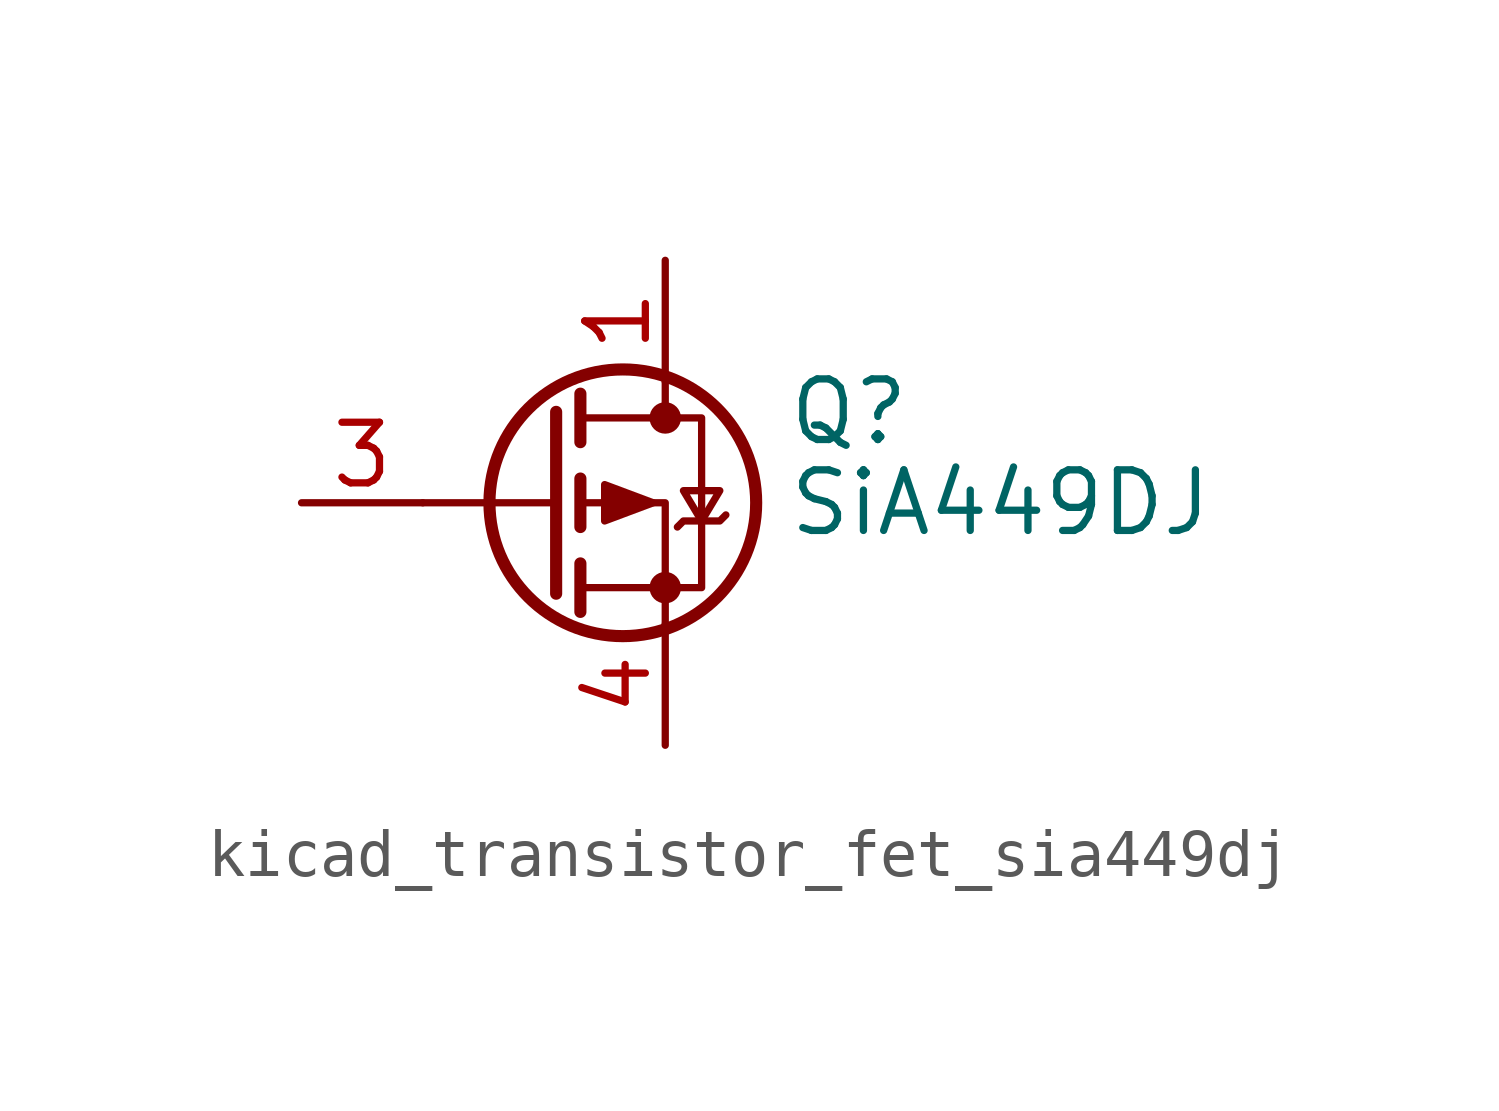
<source format=kicad_sym>
(kicad_symbol_lib
  (version 20220914)
  (generator kicad_symbol_editor)
  (symbol "kicad_transistor_fet_sia449dj"
    (pin_names hide)
    (property "Reference" "Q"
      (at 5.08 1.905 0)
      (effects (font (size 1.27 1.27)) (justify left)))
    (property "Value" "SiA449DJ"
      (at 5.08 0 0)
      (effects (font (size 1.27 1.27)) (justify left)))
    (symbol "kicad_transistor_fet_sia449dj_0_1"
      (polyline (pts (xy 0.254 0) (xy -2.54 0)) (stroke (width 0) (type default)) (fill (type none)))
      (polyline (pts (xy 0.254 1.905) (xy 0.254 -1.905)) (stroke (width 0.254) (type default)) (fill (type none)))
      (polyline (pts (xy 0.762 -1.27) (xy 0.762 -2.286)) (stroke (width 0.254) (type default)) (fill (type none)))
      (polyline (pts (xy 0.762 0.508) (xy 0.762 -0.508)) (stroke (width 0.254) (type default)) (fill (type none)))
      (polyline (pts (xy 0.762 2.286) (xy 0.762 1.27)) (stroke (width 0.254) (type default)) (fill (type none)))
      (polyline (pts (xy 2.54 2.54) (xy 2.54 1.778)) (stroke (width 0) (type default)) (fill (type none)))
      (polyline (pts (xy 2.54 -2.54) (xy 2.54 0) (xy 0.762 0)) (stroke (width 0) (type default)) (fill (type none)))
      (polyline (pts (xy 0.762 1.778) (xy 3.302 1.778) (xy 3.302 -1.778) (xy 0.762 -1.778)) (stroke (width 0) (type default)) (fill (type none)))
      (polyline (pts (xy 2.286 0) (xy 1.27 0.381) (xy 1.27 -0.381) (xy 2.286 0)) (stroke (width 0) (type default)) (fill (type outline)))
      (polyline (pts (xy 2.794 -0.508) (xy 2.921 -0.381) (xy 3.683 -0.381) (xy 3.81 -0.254)) (stroke (width 0) (type default)) (fill (type none)))
      (polyline (pts (xy 3.302 -0.381) (xy 2.921 0.254) (xy 3.683 0.254) (xy 3.302 -0.381)) (stroke (width 0) (type default)) (fill (type none)))
      (circle (center 1.651 0) (radius 2.794) (stroke (width 0.254) (type default)) (fill (type none)))
      (circle (center 2.54 -1.778) (radius 0.254) (stroke (width 0) (type default)) (fill (type outline)))
      (circle (center 2.54 1.778) (radius 0.254) (stroke (width 0) (type default)) (fill (type outline))))
    (symbol "kicad_transistor_fet_sia449dj_1_1"
      (pin passive line (at 2.54 5.08 270) (length 2.54) (name "D" (effects (font (size 1.27 1.27)))) (number "1" (effects (font (size 1.27 1.27)))))
      (pin passive line (at -5.08 0 0) (length 2.54) (name "G" (effects (font (size 1.27 1.27)))) (number "3" (effects (font (size 1.27 1.27)))))
      (pin passive line (at 2.54 -5.08 90) (length 2.54) (name "S" (effects (font (size 1.27 1.27)))) (number "4" (effects (font (size 1.27 1.27))))))))
</source>
